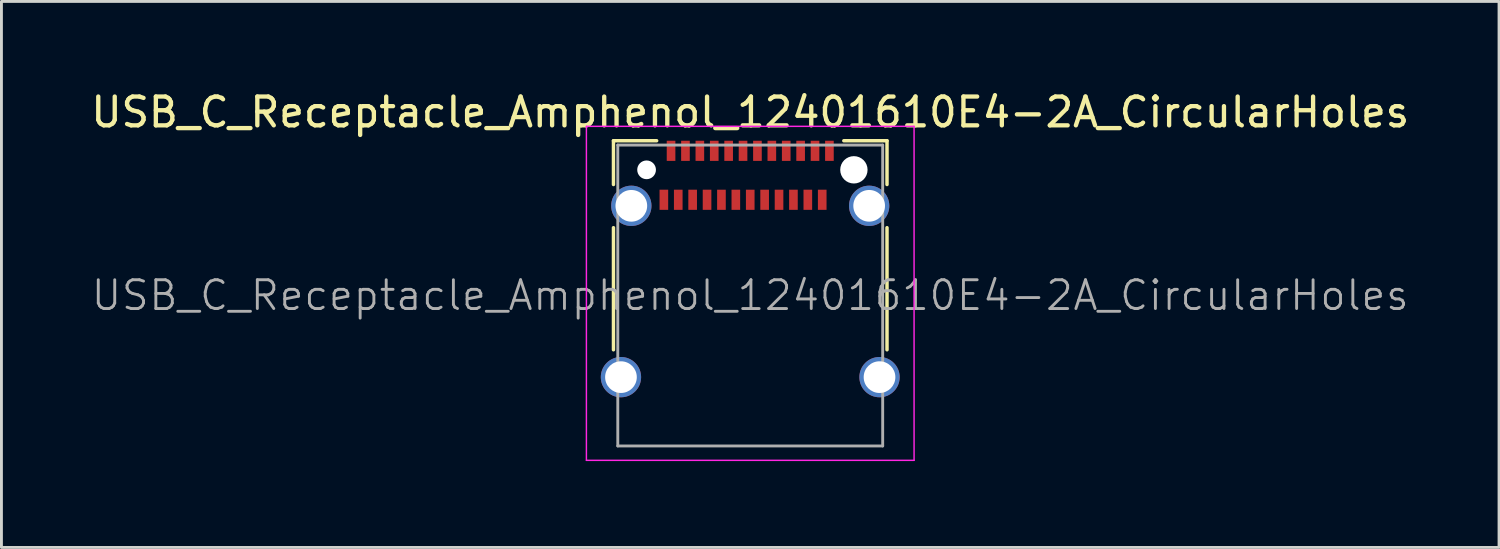
<source format=kicad_pcb>
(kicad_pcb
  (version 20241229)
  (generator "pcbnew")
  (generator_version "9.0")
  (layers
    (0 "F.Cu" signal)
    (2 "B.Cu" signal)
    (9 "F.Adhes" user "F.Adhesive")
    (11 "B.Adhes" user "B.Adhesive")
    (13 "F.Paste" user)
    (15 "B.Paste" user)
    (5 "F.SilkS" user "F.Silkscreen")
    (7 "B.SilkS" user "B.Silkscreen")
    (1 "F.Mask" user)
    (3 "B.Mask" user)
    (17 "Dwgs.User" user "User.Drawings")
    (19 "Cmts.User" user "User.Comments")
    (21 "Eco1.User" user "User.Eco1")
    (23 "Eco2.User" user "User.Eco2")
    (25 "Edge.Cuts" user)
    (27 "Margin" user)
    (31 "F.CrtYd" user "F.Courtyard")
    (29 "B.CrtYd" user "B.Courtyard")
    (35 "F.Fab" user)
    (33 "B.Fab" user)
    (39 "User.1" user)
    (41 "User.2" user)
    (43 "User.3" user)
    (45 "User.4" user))
  (footprint "USB_C_Receptacle_Amphenol_12401610E4-2A_CircularHoles"
    (layer "F.Cu")
    (at 23.006 7.208)
    (property "Reference" "USB_C_Receptacle_Amphenol_12401610E4-2A_CircularHoles" (at 0 -6.36 0) (layer "F.SilkS") (effects (font (size 1 1) (thickness 0.15))))
    (attr smd)
    (fp_line (start -4.75 -5.37) (end -4.75 -3.85) (stroke (width 0.12) (type solid)) (layer "F.SilkS"))
    (fp_line (start -4.75 -5.37) (end -3.25 -5.37) (stroke (width 0.12) (type solid)) (layer "F.SilkS"))
    (fp_line (start -4.75 -2.35) (end -4.75 1.89) (stroke (width 0.12) (type solid)) (layer "F.SilkS"))
    (fp_line (start 3.25 -5.37) (end 4.75 -5.37) (stroke (width 0.12) (type solid)) (layer "F.SilkS"))
    (fp_line (start 4.75 -5.37) (end 4.75 -3.85) (stroke (width 0.12) (type solid)) (layer "F.SilkS"))
    (fp_line (start 4.75 -2.35) (end 4.75 1.89) (stroke (width 0.12) (type solid)) (layer "F.SilkS"))
    (fp_line (start -5.69 -5.87) (end 5.69 -5.87) (stroke (width 0.05) (type solid)) (layer "F.CrtYd"))
    (fp_line (start -5.69 5.73) (end -5.69 -5.87) (stroke (width 0.05) (type solid)) (layer "F.CrtYd"))
    (fp_line (start 5.69 -5.87) (end 5.69 5.73) (stroke (width 0.05) (type solid)) (layer "F.CrtYd"))
    (fp_line (start 5.69 5.73) (end -5.69 5.73) (stroke (width 0.05) (type solid)) (layer "F.CrtYd"))
    (fp_line (start -4.6 -5.22) (end 4.6 -5.22) (stroke (width 0.1) (type solid)) (layer "F.Fab"))
    (fp_line (start -4.6 5.23) (end -4.6 -5.22) (stroke (width 0.1) (type solid)) (layer "F.Fab"))
    (fp_line (start -4.6 5.23) (end 4.6 5.23) (stroke (width 0.1) (type solid)) (layer "F.Fab"))
    (fp_line (start 4.6 5.23) (end 4.6 -5.22) (stroke (width 0.1) (type solid)) (layer "F.Fab"))
    (fp_text user "${REFERENCE}" (at 0 0 0) (layer "F.Fab") (effects (font (size 1 1) (thickness 0.1))))
    (pad "" np_thru_hole circle (at -3.6 -4.36) (size 0.65 0.65) (drill 0.65) (layers "*.Cu" "*.Mask"))
    (pad "" np_thru_hole circle (at 3.6 -4.36) (size 0.95 0.95) (drill 0.95) (layers "*.Cu" "*.Mask"))
    (pad "A1" smd rect (at -2.75 -5.02) (size 0.3 0.7) (layers "F.Cu" "F.Mask" "F.Paste"))
    (pad "A2" smd rect (at -2.25 -5.02) (size 0.3 0.7) (layers "F.Cu" "F.Mask" "F.Paste"))
    (pad "A3" smd rect (at -1.75 -5.02) (size 0.3 0.7) (layers "F.Cu" "F.Mask" "F.Paste"))
    (pad "A4" smd rect (at -1.25 -5.02) (size 0.3 0.7) (layers "F.Cu" "F.Mask" "F.Paste"))
    (pad "A5" smd rect (at -0.75 -5.02) (size 0.3 0.7) (layers "F.Cu" "F.Mask" "F.Paste"))
    (pad "A6" smd rect (at -0.25 -5.02) (size 0.3 0.7) (layers "F.Cu" "F.Mask" "F.Paste"))
    (pad "A7" smd rect (at 0.25 -5.02) (size 0.3 0.7) (layers "F.Cu" "F.Mask" "F.Paste"))
    (pad "A8" smd rect (at 0.75 -5.02) (size 0.3 0.7) (layers "F.Cu" "F.Mask" "F.Paste"))
    (pad "A9" smd rect (at 1.25 -5.02) (size 0.3 0.7) (layers "F.Cu" "F.Mask" "F.Paste"))
    (pad "A10" smd rect (at 1.75 -5.02) (size 0.3 0.7) (layers "F.Cu" "F.Mask" "F.Paste"))
    (pad "A11" smd rect (at 2.25 -5.02) (size 0.3 0.7) (layers "F.Cu" "F.Mask" "F.Paste"))
    (pad "A12" smd rect (at 2.75 -5.02) (size 0.3 0.7) (layers "F.Cu" "F.Mask" "F.Paste"))
    (pad "B1" smd rect (at 2.5 -3.32) (size 0.3 0.7) (layers "F.Cu" "F.Mask" "F.Paste"))
    (pad "B2" smd rect (at 2 -3.32) (size 0.3 0.7) (layers "F.Cu" "F.Mask" "F.Paste"))
    (pad "B3" smd rect (at 1.5 -3.32) (size 0.3 0.7) (layers "F.Cu" "F.Mask" "F.Paste"))
    (pad "B4" smd rect (at 1 -3.32) (size 0.3 0.7) (layers "F.Cu" "F.Mask" "F.Paste"))
    (pad "B5" smd rect (at 0.5 -3.32) (size 0.3 0.7) (layers "F.Cu" "F.Mask" "F.Paste"))
    (pad "B6" smd rect (at 0 -3.32) (size 0.3 0.7) (layers "F.Cu" "F.Mask" "F.Paste"))
    (pad "B7" smd rect (at -0.5 -3.32) (size 0.3 0.7) (layers "F.Cu" "F.Mask" "F.Paste"))
    (pad "B8" smd rect (at -1 -3.32) (size 0.3 0.7) (layers "F.Cu" "F.Mask" "F.Paste"))
    (pad "B9" smd rect (at -1.5 -3.32) (size 0.3 0.7) (layers "F.Cu" "F.Mask" "F.Paste"))
    (pad "B10" smd rect (at -2 -3.32) (size 0.3 0.7) (layers "F.Cu" "F.Mask" "F.Paste"))
    (pad "B11" smd rect (at -2.5 -3.32) (size 0.3 0.7) (layers "F.Cu" "F.Mask" "F.Paste"))
    (pad "B12" smd rect (at -3 -3.32) (size 0.3 0.7) (layers "F.Cu" "F.Mask" "F.Paste"))
    (pad "S1" thru_hole circle (at -4.49 2.84) (size 1.4 1.4) (drill 1.1) (layers "*.Cu" "*.Mask"))
    (pad "S1" thru_hole circle (at -4.13 -3.11) (size 1.4 1.4) (drill 1.1) (layers "*.Cu" "*.Mask"))
    (pad "S1" thru_hole circle (at 4.13 -3.11) (size 1.4 1.4) (drill 1.1) (layers "*.Cu" "*.Mask"))
    (pad "S1" thru_hole circle (at 4.49 2.84) (size 1.4 1.4) (drill 1.1) (layers "*.Cu" "*.Mask")))
  (gr_rect
    (start -3 -3)
    (end 49.012 15.963)
    (stroke (width 0.1) (type default))
    (fill no)
    (layer "Edge.Cuts")))
</source>
